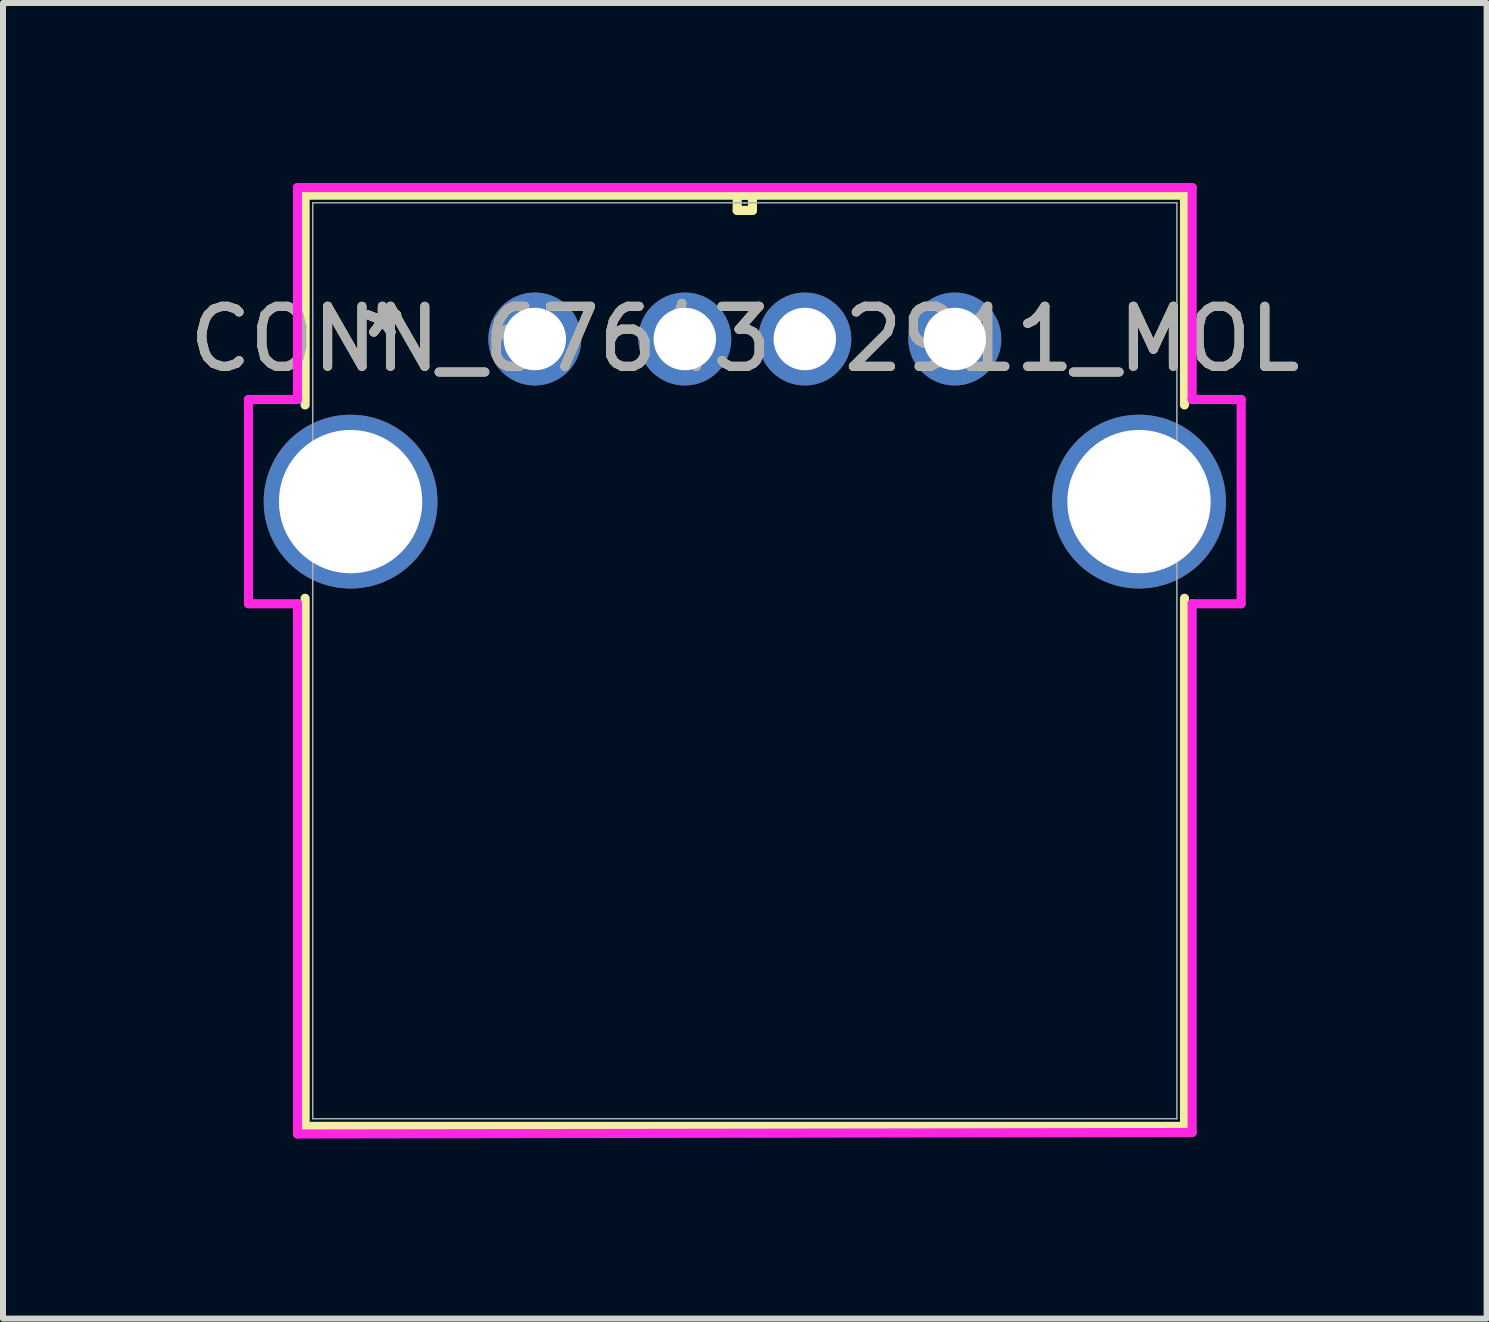
<source format=kicad_pcb>
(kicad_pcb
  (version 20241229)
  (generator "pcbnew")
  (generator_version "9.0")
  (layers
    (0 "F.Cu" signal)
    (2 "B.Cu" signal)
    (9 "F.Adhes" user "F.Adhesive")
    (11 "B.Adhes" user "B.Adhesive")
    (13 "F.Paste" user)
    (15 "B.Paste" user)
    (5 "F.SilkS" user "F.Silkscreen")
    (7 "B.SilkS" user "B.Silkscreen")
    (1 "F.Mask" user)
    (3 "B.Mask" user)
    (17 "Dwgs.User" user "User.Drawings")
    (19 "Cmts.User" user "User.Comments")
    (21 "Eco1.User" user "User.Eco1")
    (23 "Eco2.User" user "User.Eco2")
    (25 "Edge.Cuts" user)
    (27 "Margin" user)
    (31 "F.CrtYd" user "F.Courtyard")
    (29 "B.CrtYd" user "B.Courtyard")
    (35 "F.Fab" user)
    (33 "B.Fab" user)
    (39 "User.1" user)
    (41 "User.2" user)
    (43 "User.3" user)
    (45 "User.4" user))
  (footprint "CONN_67643-2911_MOL"
    (layer "F.Cu")
    (at 5.863 2.6)
    (property "Reference" "CONN_67643-2911_MOL" (at 3.5 0 0) (unlocked yes) (layer "F.SilkS") (effects (font (size 1 1) (thickness 0.15))))
    (attr through_hole)
    (fp_line (start -3.828 -2.397) (end -3.828 1.099) (stroke (width 0.152) (type solid)) (layer "F.SilkS"))
    (fp_line (start -3.828 4.321) (end -3.828 13.122) (stroke (width 0.152) (type solid)) (layer "F.SilkS"))
    (fp_line (start -3.828 13.122) (end 10.828 13.122) (stroke (width 0.152) (type solid)) (layer "F.SilkS"))
    (fp_line (start 3.373 -2.397) (end 3.373 -2.143) (stroke (width 0.152) (type solid)) (layer "F.SilkS"))
    (fp_line (start 3.373 -2.143) (end 3.627 -2.143) (stroke (width 0.152) (type solid)) (layer "F.SilkS"))
    (fp_line (start 3.627 -2.397) (end 3.373 -2.397) (stroke (width 0.152) (type solid)) (layer "F.SilkS"))
    (fp_line (start 3.627 -2.143) (end 3.627 -2.397) (stroke (width 0.152) (type solid)) (layer "F.SilkS"))
    (fp_line (start 10.828 -2.397) (end -3.828 -2.397) (stroke (width 0.152) (type solid)) (layer "F.SilkS"))
    (fp_line (start 10.828 1.099) (end 10.828 -2.397) (stroke (width 0.152) (type solid)) (layer "F.SilkS"))
    (fp_line (start 10.828 13.122) (end 10.828 4.321) (stroke (width 0.152) (type solid)) (layer "F.SilkS"))
    (fp_line (start -4.772 1.008) (end -4.772 4.412) (stroke (width 0.152) (type solid)) (layer "F.CrtYd"))
    (fp_line (start -4.772 4.412) (end -3.955 4.412) (stroke (width 0.152) (type solid)) (layer "F.CrtYd"))
    (fp_line (start -3.955 -2.524) (end -3.955 1.008) (stroke (width 0.152) (type solid)) (layer "F.CrtYd"))
    (fp_line (start -3.955 1.008) (end -4.772 1.008) (stroke (width 0.152) (type solid)) (layer "F.CrtYd"))
    (fp_line (start -3.955 4.412) (end -3.955 13.249) (stroke (width 0.152) (type solid)) (layer "F.CrtYd"))
    (fp_line (start -3.955 13.249) (end 10.955 13.224) (stroke (width 0.152) (type solid)) (layer "F.CrtYd"))
    (fp_line (start 10.955 -2.524) (end -3.955 -2.524) (stroke (width 0.152) (type solid)) (layer "F.CrtYd"))
    (fp_line (start 10.955 1.008) (end 10.955 -2.524) (stroke (width 0.152) (type solid)) (layer "F.CrtYd"))
    (fp_line (start 10.955 4.412) (end 11.772 4.412) (stroke (width 0.152) (type solid)) (layer "F.CrtYd"))
    (fp_line (start 10.955 13.224) (end 10.955 4.412) (stroke (width 0.152) (type solid)) (layer "F.CrtYd"))
    (fp_line (start 11.772 1.008) (end 10.955 1.008) (stroke (width 0.152) (type solid)) (layer "F.CrtYd"))
    (fp_line (start 11.772 4.412) (end 11.772 1.008) (stroke (width 0.152) (type solid)) (layer "F.CrtYd"))
    (fp_line (start -3.701 -2.27) (end -3.701 12.995) (stroke (width 0.025) (type solid)) (layer "F.Fab"))
    (fp_line (start -3.701 12.995) (end 10.701 12.995) (stroke (width 0.025) (type solid)) (layer "F.Fab"))
    (fp_line (start 3.5 -2.27) (end 3.5 -2.27) (stroke (width 0.025) (type solid)) (layer "F.Fab"))
    (fp_line (start 3.5 -2.27) (end 3.5 -2.27) (stroke (width 0.025) (type solid)) (layer "F.Fab"))
    (fp_line (start 3.5 -2.27) (end 3.5 -2.27) (stroke (width 0.025) (type solid)) (layer "F.Fab"))
    (fp_line (start 3.5 -2.27) (end 3.5 -2.27) (stroke (width 0.025) (type solid)) (layer "F.Fab"))
    (fp_line (start 10.701 -2.27) (end -3.701 -2.27) (stroke (width 0.025) (type solid)) (layer "F.Fab"))
    (fp_line (start 10.701 12.995) (end 10.701 -2.27) (stroke (width 0.025) (type solid)) (layer "F.Fab"))
    (fp_text user "*" (at -2.54 0 0) (unlocked yes) (layer "F.SilkS") (effects (font (size 1 1) (thickness 0.15))))
    (fp_text user "*" (at -2.54 0 0) (layer "F.SilkS") (effects (font (size 1 1) (thickness 0.15))))
    (fp_text user "${REFERENCE}" (at 3.5 0 0) (unlocked yes) (layer "F.Fab") (effects (font (size 1 1) (thickness 0.15))))
    (fp_text user "*" (at -2.54 0 0) (layer "F.Fab") (effects (font (size 1 1) (thickness 0.15))))
    (fp_text user "*" (at -2.54 0 0) (unlocked yes) (layer "F.Fab") (effects (font (size 1 1) (thickness 0.15))))
    (pad "1" thru_hole circle (at 0 0) (size 1.549 1.549) (drill 1.041) (layers "*.Cu" "*.Mask"))
    (pad "2" thru_hole circle (at 2.5 0) (size 1.549 1.549) (drill 1.041) (layers "*.Cu" "*.Mask"))
    (pad "3" thru_hole circle (at 4.5 0) (size 1.549 1.549) (drill 1.041) (layers "*.Cu" "*.Mask"))
    (pad "4" thru_hole circle (at 7 0) (size 1.549 1.549) (drill 1.041) (layers "*.Cu" "*.Mask"))
    (pad "5" thru_hole circle (at -3.07 2.71) (size 2.896 2.896) (drill 2.388) (layers "*.Cu" "*.Mask"))
    (pad "6" thru_hole circle (at 10.07 2.71) (size 2.896 2.896) (drill 2.388) (layers "*.Cu" "*.Mask")))
  (gr_rect
    (start -3 -3)
    (end 21.726 18.926)
    (stroke (width 0.1) (type default))
    (fill no)
    (layer "Edge.Cuts")))
</source>
